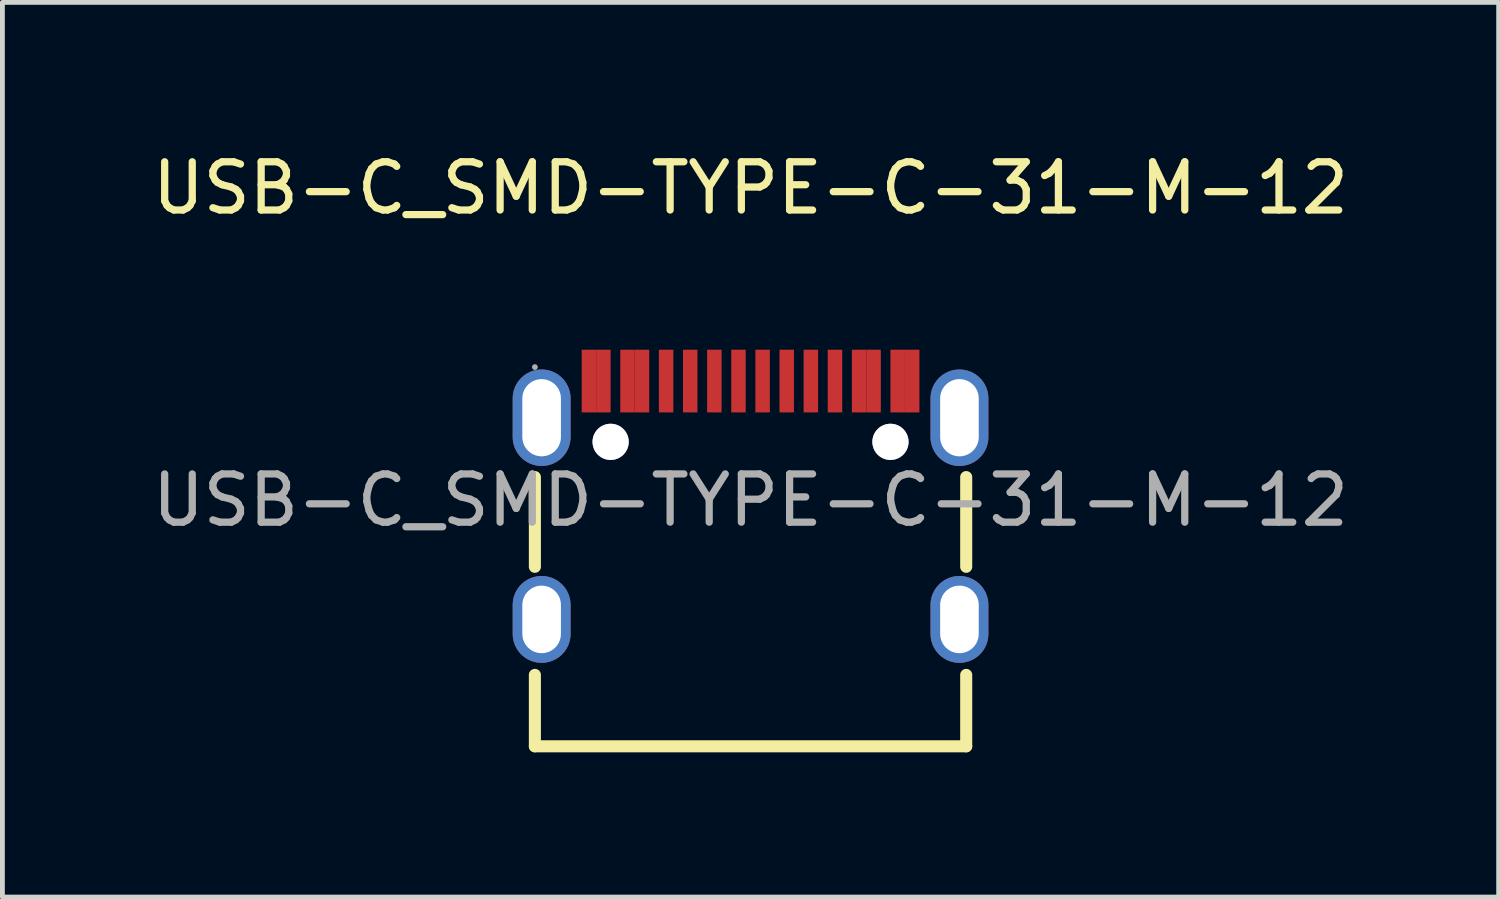
<source format=kicad_pcb>
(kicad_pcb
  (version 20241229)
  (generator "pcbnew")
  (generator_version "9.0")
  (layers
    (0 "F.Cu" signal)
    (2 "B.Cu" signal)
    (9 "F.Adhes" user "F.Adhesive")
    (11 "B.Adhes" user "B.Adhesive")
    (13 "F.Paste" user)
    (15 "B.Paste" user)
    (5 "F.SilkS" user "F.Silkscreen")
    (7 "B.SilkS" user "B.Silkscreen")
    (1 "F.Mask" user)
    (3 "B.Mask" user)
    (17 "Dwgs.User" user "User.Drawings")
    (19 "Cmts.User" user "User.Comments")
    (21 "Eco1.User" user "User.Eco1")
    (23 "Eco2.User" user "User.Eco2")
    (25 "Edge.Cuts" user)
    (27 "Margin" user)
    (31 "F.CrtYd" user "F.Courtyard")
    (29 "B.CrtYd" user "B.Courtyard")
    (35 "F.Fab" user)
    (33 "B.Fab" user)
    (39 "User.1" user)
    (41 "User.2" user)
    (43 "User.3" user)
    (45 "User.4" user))
  (footprint "USB-C_SMD-TYPE-C-31-M-12"
    (layer "F.Cu")
    (at 12.506 7.318)
    (property "Reference" "USB-C_SMD-TYPE-C-31-M-12" (at 0 -6.47 0) (layer "F.SilkS") (effects (font (size 1 1) (thickness 0.15))))
    (attr smd)
    (fp_line (start -4.47 1.38) (end -4.47 -0.48) (stroke (width 0.25) (type solid)) (layer "F.SilkS"))
    (fp_line (start -4.47 5.1) (end -4.47 3.62) (stroke (width 0.25) (type solid)) (layer "F.SilkS"))
    (fp_line (start 4.47 1.38) (end 4.47 -0.48) (stroke (width 0.25) (type solid)) (layer "F.SilkS"))
    (fp_line (start 4.47 5.1) (end -4.47 5.1) (stroke (width 0.25) (type solid)) (layer "F.SilkS"))
    (fp_line (start 4.47 5.1) (end 4.47 3.62) (stroke (width 0.25) (type solid)) (layer "F.SilkS"))
    (fp_circle (center -2.9 -1.21) (end -2.78 -1.21) (stroke (width 0.25) (type solid)) (fill no) (layer "Cmts.User"))
    (fp_circle (center 2.9 -1.21) (end 3.02 -1.21) (stroke (width 0.25) (type solid)) (fill no) (layer "Cmts.User"))
    (fp_circle (center -4.47 -2.76) (end -4.44 -2.76) (stroke (width 0.06) (type solid)) (fill no) (layer "F.Fab"))
    (fp_text user "${REFERENCE}" (at 0 0 0) (layer "F.Fab") (effects (font (size 1 1) (thickness 0.15))))
    (pad "" thru_hole circle (at -2.9 -1.21) (size 0.75 0.75) (drill 0.75) (layers "*.Cu" "*.Mask"))
    (pad "" thru_hole circle (at 2.9 -1.21) (size 0.75 0.75) (drill 0.75) (layers "*.Cu" "*.Mask"))
    (pad "0" thru_hole oval (at -4.33 -1.71) (size 1.2 2) (drill oval 0.8 1.6) (layers "*.Cu" "*.Mask"))
    (pad "1" thru_hole oval (at 4.33 -1.71) (size 1.2 2) (drill oval 0.8 1.6) (layers "*.Cu" "*.Mask"))
    (pad "2" thru_hole oval (at 4.33 2.47) (size 1.2 1.8) (drill oval 0.8 1.4) (layers "*.Cu" "*.Mask"))
    (pad "3" thru_hole oval (at -4.33 2.47) (size 1.2 1.8) (drill oval 0.8 1.4) (layers "*.Cu" "*.Mask"))
    (pad "A1" smd rect (at -3.35 -2.47) (size 0.3 1.3) (layers "F.Cu" "F.Mask" "F.Paste"))
    (pad "A4" smd rect (at -2.55 -2.47) (size 0.3 1.3) (layers "F.Cu" "F.Mask" "F.Paste"))
    (pad "A5" smd rect (at -1.25 -2.47) (size 0.3 1.3) (layers "F.Cu" "F.Mask" "F.Paste"))
    (pad "A6" smd rect (at -0.25 -2.47) (size 0.3 1.3) (layers "F.Cu" "F.Mask" "F.Paste"))
    (pad "A7" smd rect (at 0.25 -2.47) (size 0.3 1.3) (layers "F.Cu" "F.Mask" "F.Paste"))
    (pad "A8" smd rect (at 1.25 -2.47) (size 0.3 1.3) (layers "F.Cu" "F.Mask" "F.Paste"))
    (pad "A9" smd rect (at 2.55 -2.47) (size 0.3 1.3) (layers "F.Cu" "F.Mask" "F.Paste"))
    (pad "A12" smd rect (at 3.35 -2.47) (size 0.3 1.3) (layers "F.Cu" "F.Mask" "F.Paste"))
    (pad "B1" smd rect (at 3.05 -2.47) (size 0.3 1.3) (layers "F.Cu" "F.Mask" "F.Paste"))
    (pad "B4" smd rect (at 2.25 -2.47) (size 0.3 1.3) (layers "F.Cu" "F.Mask" "F.Paste"))
    (pad "B5" smd rect (at 1.75 -2.47) (size 0.3 1.3) (layers "F.Cu" "F.Mask" "F.Paste"))
    (pad "B6" smd rect (at 0.75 -2.47) (size 0.3 1.3) (layers "F.Cu" "F.Mask" "F.Paste"))
    (pad "B7" smd rect (at -0.75 -2.47) (size 0.3 1.3) (layers "F.Cu" "F.Mask" "F.Paste"))
    (pad "B8" smd rect (at -1.75 -2.47) (size 0.3 1.3) (layers "F.Cu" "F.Mask" "F.Paste"))
    (pad "B9" smd rect (at -2.25 -2.47) (size 0.3 1.3) (layers "F.Cu" "F.Mask" "F.Paste"))
    (pad "B12" smd rect (at -3.05 -2.47) (size 0.3 1.3) (layers "F.Cu" "F.Mask" "F.Paste")))
  (gr_rect
    (start -3 -3)
    (end 28.012 15.543)
    (stroke (width 0.1) (type default))
    (fill no)
    (layer "Edge.Cuts")))
</source>
